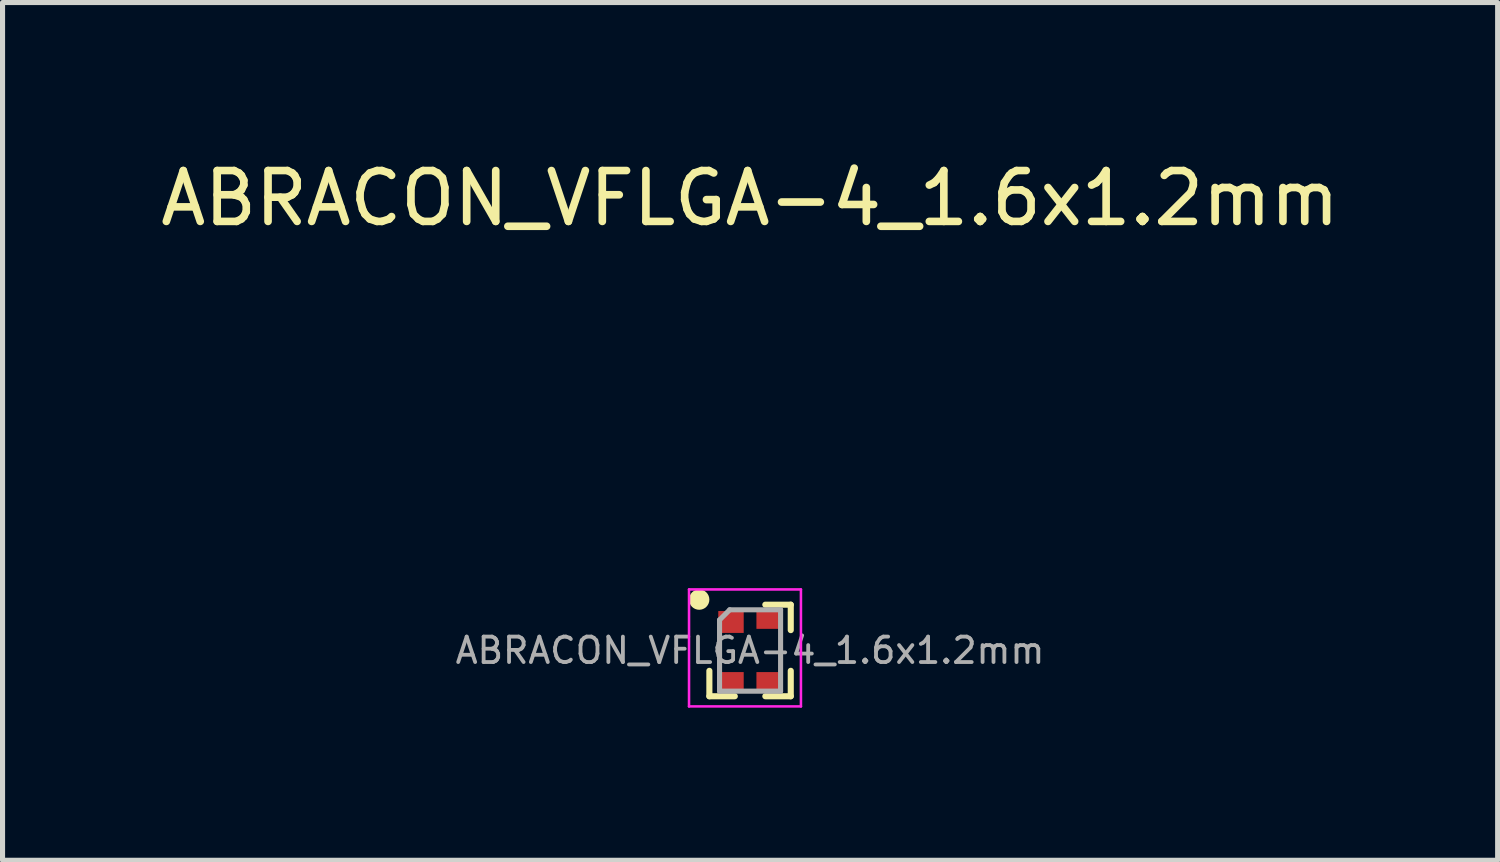
<source format=kicad_pcb>
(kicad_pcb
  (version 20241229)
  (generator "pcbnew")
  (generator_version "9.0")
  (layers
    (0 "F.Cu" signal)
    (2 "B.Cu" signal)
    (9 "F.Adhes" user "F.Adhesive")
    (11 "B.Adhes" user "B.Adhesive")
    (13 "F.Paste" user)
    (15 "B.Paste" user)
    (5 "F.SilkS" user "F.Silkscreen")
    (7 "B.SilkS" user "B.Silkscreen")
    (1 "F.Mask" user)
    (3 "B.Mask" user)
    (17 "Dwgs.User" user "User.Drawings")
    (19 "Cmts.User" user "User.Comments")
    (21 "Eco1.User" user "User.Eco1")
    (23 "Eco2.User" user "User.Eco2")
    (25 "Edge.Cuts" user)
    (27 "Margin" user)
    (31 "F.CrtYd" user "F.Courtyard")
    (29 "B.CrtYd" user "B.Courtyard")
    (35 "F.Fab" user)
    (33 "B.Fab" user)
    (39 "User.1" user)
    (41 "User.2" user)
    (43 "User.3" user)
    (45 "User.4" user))
  (footprint "ABRACON_VFLGA-4_1.6x1.2mm"
    (layer "F.Cu")
    (at 11.696 9.738)
    (property "Reference" "ABRACON_VFLGA-4_1.6x1.2mm" (at 0 -8.89 0) (layer "F.SilkS") (effects (font (size 1 1) (thickness 0.15))))
    (attr through_hole)
    (fp_line (start -0.8 0.9) (end -0.8 0.4) (stroke (width 0.12) (type solid)) (layer "F.SilkS"))
    (fp_line (start -0.3 0.9) (end -0.8 0.9) (stroke (width 0.12) (type solid)) (layer "F.SilkS"))
    (fp_line (start 0.3 -0.9) (end 0.8 -0.9) (stroke (width 0.12) (type solid)) (layer "F.SilkS"))
    (fp_line (start 0.8 -0.9) (end 0.8 -0.4) (stroke (width 0.12) (type solid)) (layer "F.SilkS"))
    (fp_line (start 0.8 0.4) (end 0.8 0.9) (stroke (width 0.12) (type solid)) (layer "F.SilkS"))
    (fp_line (start 0.8 0.9) (end 0.3 0.9) (stroke (width 0.12) (type solid)) (layer "F.SilkS"))
    (fp_circle (center -1 -1) (end -0.9 -1) (stroke (width 0.2) (type solid)) (fill no) (layer "F.SilkS"))
    (fp_line (start -1.2 -1.2) (end -1.2 1.1) (stroke (width 0.05) (type solid)) (layer "F.CrtYd"))
    (fp_line (start -1.2 -1.2) (end 1 -1.2) (stroke (width 0.05) (type solid)) (layer "F.CrtYd"))
    (fp_line (start 1 1.1) (end -1.2 1.1) (stroke (width 0.05) (type solid)) (layer "F.CrtYd"))
    (fp_line (start 1 1.1) (end 1 -1.2) (stroke (width 0.05) (type solid)) (layer "F.CrtYd"))
    (fp_line (start -0.6 -0.6) (end -0.4 -0.8) (stroke (width 0.1) (type solid)) (layer "F.Fab"))
    (fp_line (start -0.6 0.8) (end -0.6 -0.6) (stroke (width 0.1) (type solid)) (layer "F.Fab"))
    (fp_line (start -0.4 -0.8) (end 0.6 -0.8) (stroke (width 0.1) (type solid)) (layer "F.Fab"))
    (fp_line (start 0.6 -0.8) (end 0.6 0.8) (stroke (width 0.1) (type solid)) (layer "F.Fab"))
    (fp_line (start 0.6 0.8) (end -0.6 0.8) (stroke (width 0.1) (type solid)) (layer "F.Fab"))
    (fp_text user "${REFERENCE}" (at 0 0 0) (layer "F.Fab") (effects (font (size 0.5 0.5) (thickness 0.075))))
    (pad "1" smd rect (at -0.375 -0.56) (size 0.5 0.43) (layers "F.Cu" "F.Mask" "F.Paste"))
    (pad "2" smd rect (at -0.375 0.6) (size 0.5 0.35) (layers "F.Cu" "F.Mask" "F.Paste"))
    (pad "3" smd rect (at 0.375 0.6) (size 0.5 0.35) (layers "F.Cu" "F.Mask" "F.Paste"))
    (pad "4" smd rect (at 0.375 -0.6) (size 0.5 0.35) (layers "F.Cu" "F.Mask" "F.Paste")))
  (gr_rect
    (start -3 -3)
    (end 26.393 13.863)
    (stroke (width 0.1) (type default))
    (fill no)
    (layer "Edge.Cuts")))
</source>
